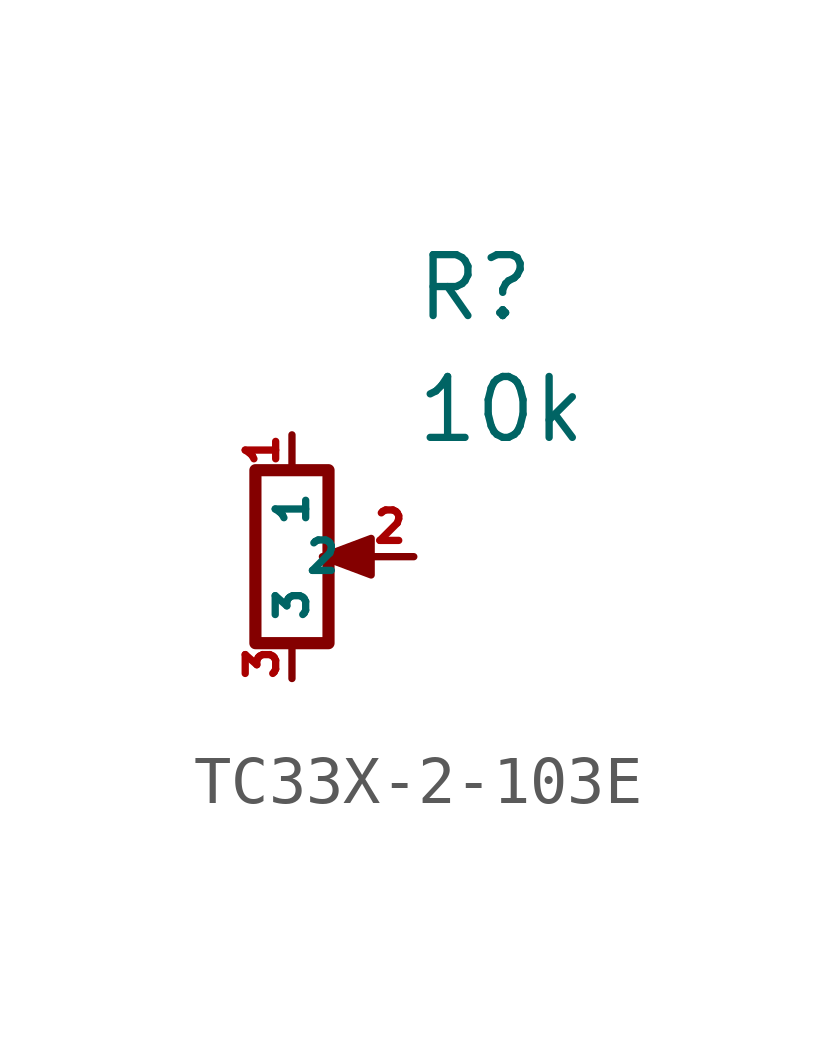
<source format=kicad_sym>
(kicad_symbol_lib
  (version 20220914)
  (generator kicad_symbol_editor)
  (symbol "TC33X-2-103E"
    (property "Reference" "R"
      (at 2.54 6.35 0)
      (effects (font (size 1.27 1.27)) (justify left top)))
    (property "Value" "10k"
      (at 2.54 3.81 0)
      (effects (font (size 1.27 1.27)) (justify left top)))
    (symbol "TC33X-2-103E_0_1"
      (polyline (pts (xy 0.889 0) (xy 0.635 0) (xy 1.651 0.381) (xy 1.651 -0.381) (xy 0.635 0) (xy 0.889 0)) (stroke (width 0) (type default)) (fill (type outline)))
      (rectangle (start 0.762 1.803) (end -0.762 -1.803) (stroke (width 0.254) (type default)) (fill (type none))))
    (symbol "TC33X-2-103E_1_1"
      (pin passive line (at 0 2.54 270) (length 0.635) (name "1" (effects (font (size 0.635 0.635)))) (number "1" (effects (font (size 0.635 0.635)))))
      (pin passive line (at 2.54 0 180) (length 0.991) (name "2" (effects (font (size 0.635 0.635)))) (number "2" (effects (font (size 0.635 0.635)))))
      (pin passive line (at 0 -2.54 90) (length 0.635) (name "3" (effects (font (size 0.635 0.635)))) (number "3" (effects (font (size 0.635 0.635))))))))
</source>
